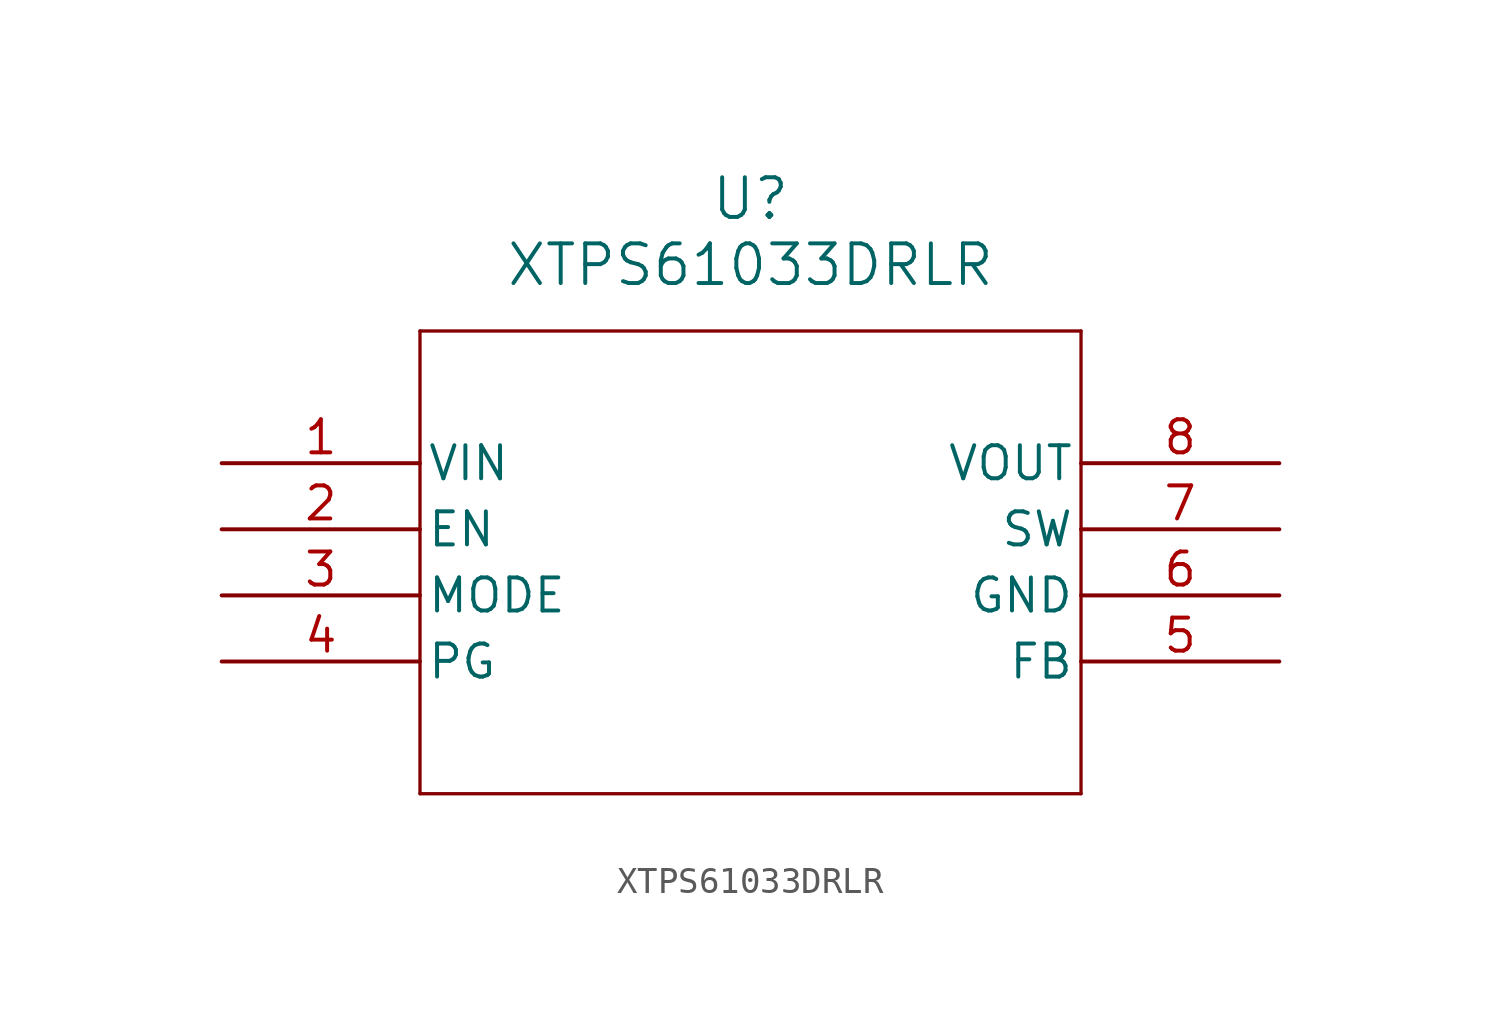
<source format=kicad_sym>
(kicad_symbol_lib
  (version 20211014)
  (generator kicad_symbol_editor)
  (symbol "XTPS61033DRLR"
    (pin_names
      (offset 0.254))
    (property "Reference" "U"
      (at 20.32 10.16 0)
      (effects (font (size 1.524 1.524))))
    (property "Value" "XTPS61033DRLR"
      (at 20.32 7.62 0)
      (effects (font (size 1.524 1.524))))
    (symbol "XTPS61033DRLR_0_1"
      (polyline (pts (xy 7.62 5.08) (xy 7.62 -12.7)) (stroke (width 0.127) (type default) (color 0 0 0 0)) (fill (type none)))
      (polyline (pts (xy 7.62 -12.7) (xy 33.02 -12.7)) (stroke (width 0.127) (type default) (color 0 0 0 0)) (fill (type none)))
      (polyline (pts (xy 33.02 -12.7) (xy 33.02 5.08)) (stroke (width 0.127) (type default) (color 0 0 0 0)) (fill (type none)))
      (polyline (pts (xy 33.02 5.08) (xy 7.62 5.08)) (stroke (width 0.127) (type default) (color 0 0 0 0)) (fill (type none)))
      (pin power_in line (at 0 0 0) (length 7.62) (name "VIN" (effects (font (size 1.27 1.27)))) (number "1" (effects (font (size 1.27 1.27)))))
      (pin input line (at 0 -2.54 0) (length 7.62) (name "EN" (effects (font (size 1.27 1.27)))) (number "2" (effects (font (size 1.27 1.27)))))
      (pin input line (at 0 -5.08 0) (length 7.62) (name "MODE" (effects (font (size 1.27 1.27)))) (number "3" (effects (font (size 1.27 1.27)))))
      (pin output line (at 0 -7.62 0) (length 7.62) (name "PG" (effects (font (size 1.27 1.27)))) (number "4" (effects (font (size 1.27 1.27)))))
      (pin input line (at 40.64 -7.62 180) (length 7.62) (name "FB" (effects (font (size 1.27 1.27)))) (number "5" (effects (font (size 1.27 1.27)))))
      (pin power_out line (at 40.64 -5.08 180) (length 7.62) (name "GND" (effects (font (size 1.27 1.27)))) (number "6" (effects (font (size 1.27 1.27)))))
      (pin unspecified line (at 40.64 -2.54 180) (length 7.62) (name "SW" (effects (font (size 1.27 1.27)))) (number "7" (effects (font (size 1.27 1.27)))))
      (pin output line (at 40.64 0 180) (length 7.62) (name "VOUT" (effects (font (size 1.27 1.27)))) (number "8" (effects (font (size 1.27 1.27))))))))
</source>
